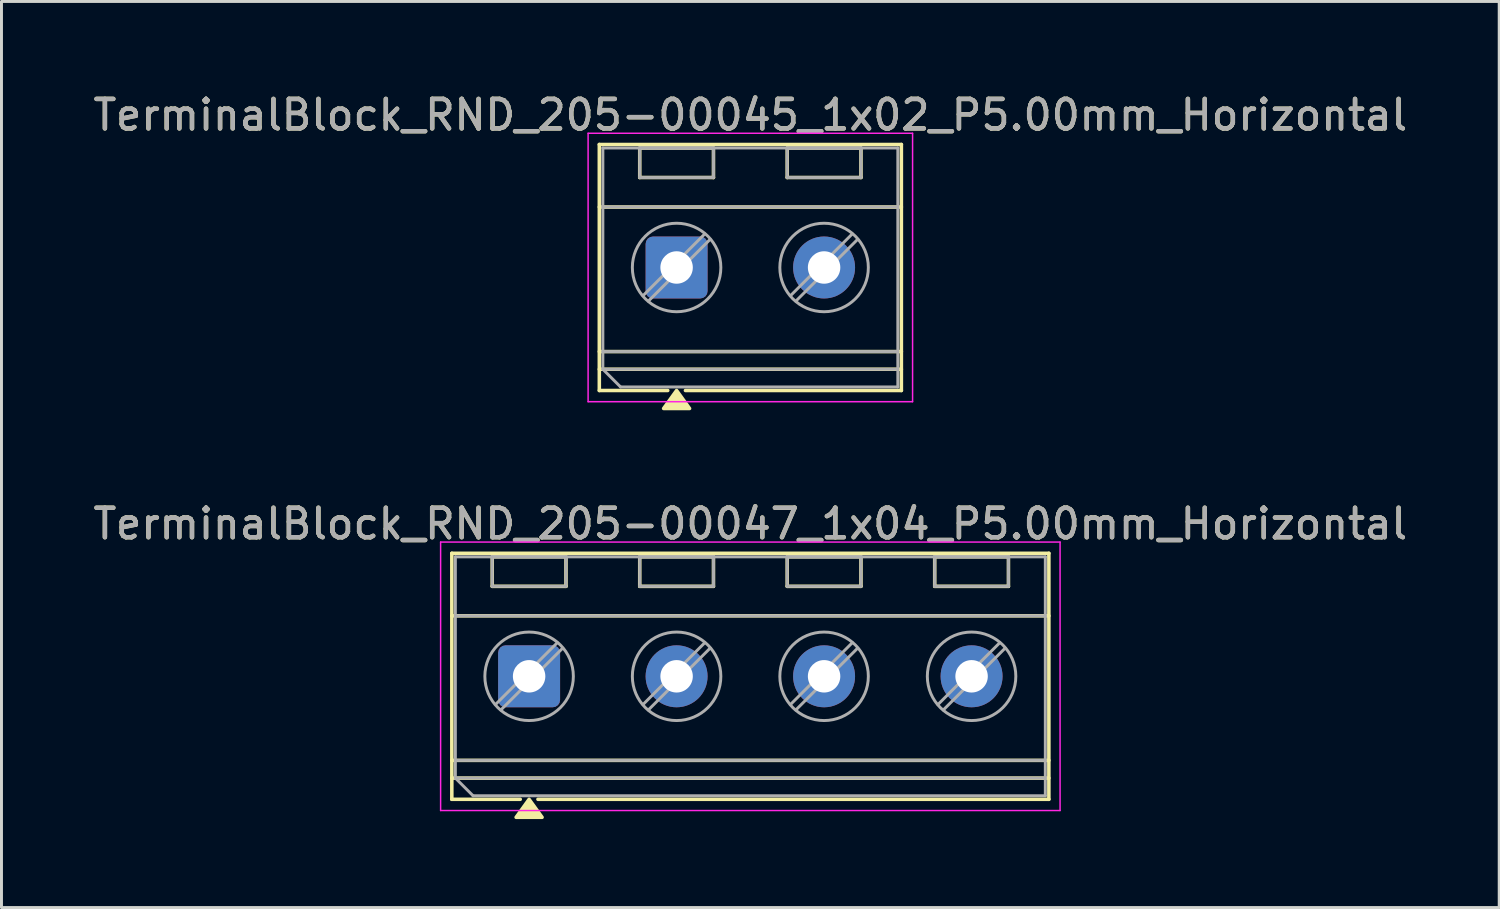
<source format=kicad_pcb>
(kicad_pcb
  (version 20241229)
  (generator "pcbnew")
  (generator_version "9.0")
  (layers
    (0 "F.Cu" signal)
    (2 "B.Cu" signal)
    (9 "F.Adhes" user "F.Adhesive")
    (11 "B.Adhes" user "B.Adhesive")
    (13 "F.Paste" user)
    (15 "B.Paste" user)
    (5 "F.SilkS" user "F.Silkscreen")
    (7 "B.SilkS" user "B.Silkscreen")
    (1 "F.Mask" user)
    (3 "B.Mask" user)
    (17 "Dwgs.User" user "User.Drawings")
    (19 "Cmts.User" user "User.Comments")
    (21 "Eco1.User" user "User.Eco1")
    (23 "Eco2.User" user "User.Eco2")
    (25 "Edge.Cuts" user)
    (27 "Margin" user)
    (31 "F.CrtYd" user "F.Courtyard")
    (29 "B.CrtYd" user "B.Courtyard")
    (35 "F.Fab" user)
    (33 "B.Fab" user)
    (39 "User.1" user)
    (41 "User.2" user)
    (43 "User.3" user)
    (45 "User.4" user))
  (footprint "TerminalBlock_RND_205-00047_1x04_P5.00mm_Horizontal"
    (layer "F.Cu")
    (at 14.887 19.877)
    (property "Reference" "TerminalBlock_RND_205-00047_1x04_P5.00mm_Horizontal" (at 7.5 -5.17 0) (layer "F.SilkS") (effects (font (size 1 1) (thickness 0.15))))
    (attr through_hole)
    (fp_line (start -2.62 -4.17) (end 17.62 -4.17) (stroke (width 0.12) (type solid)) (layer "F.SilkS"))
    (fp_line (start -2.62 -2.05) (end 17.62 -2.05) (stroke (width 0.12) (type solid)) (layer "F.SilkS"))
    (fp_line (start -2.62 2.85) (end 17.62 2.85) (stroke (width 0.12) (type solid)) (layer "F.SilkS"))
    (fp_line (start -2.62 3.45) (end 17.62 3.45) (stroke (width 0.12) (type solid)) (layer "F.SilkS"))
    (fp_line (start -2.62 4.17) (end -2.62 -4.17) (stroke (width 0.12) (type solid)) (layer "F.SilkS"))
    (fp_line (start -1.25 -4.05) (end 1.25 -4.05) (stroke (width 0.12) (type solid)) (layer "F.SilkS"))
    (fp_line (start -1.25 -3.05) (end -1.25 -4.05) (stroke (width 0.12) (type solid)) (layer "F.SilkS"))
    (fp_line (start -0.3 4.17) (end -2.62 4.17) (stroke (width 0.12) (type solid)) (layer "F.SilkS"))
    (fp_line (start 1.25 -4.05) (end 1.25 -3.05) (stroke (width 0.12) (type solid)) (layer "F.SilkS"))
    (fp_line (start 1.25 -3.05) (end -1.25 -3.05) (stroke (width 0.12) (type solid)) (layer "F.SilkS"))
    (fp_line (start 3.75 -4.05) (end 6.25 -4.05) (stroke (width 0.12) (type solid)) (layer "F.SilkS"))
    (fp_line (start 3.75 -3.05) (end 3.75 -4.05) (stroke (width 0.12) (type solid)) (layer "F.SilkS"))
    (fp_line (start 6.25 -4.05) (end 6.25 -3.05) (stroke (width 0.12) (type solid)) (layer "F.SilkS"))
    (fp_line (start 6.25 -3.05) (end 3.75 -3.05) (stroke (width 0.12) (type solid)) (layer "F.SilkS"))
    (fp_line (start 8.75 -4.05) (end 11.25 -4.05) (stroke (width 0.12) (type solid)) (layer "F.SilkS"))
    (fp_line (start 8.75 -3.05) (end 8.75 -4.05) (stroke (width 0.12) (type solid)) (layer "F.SilkS"))
    (fp_line (start 11.25 -4.05) (end 11.25 -3.05) (stroke (width 0.12) (type solid)) (layer "F.SilkS"))
    (fp_line (start 11.25 -3.05) (end 8.75 -3.05) (stroke (width 0.12) (type solid)) (layer "F.SilkS"))
    (fp_line (start 13.75 -4.05) (end 16.25 -4.05) (stroke (width 0.12) (type solid)) (layer "F.SilkS"))
    (fp_line (start 13.75 -3.05) (end 13.75 -4.05) (stroke (width 0.12) (type solid)) (layer "F.SilkS"))
    (fp_line (start 16.25 -4.05) (end 16.25 -3.05) (stroke (width 0.12) (type solid)) (layer "F.SilkS"))
    (fp_line (start 16.25 -3.05) (end 13.75 -3.05) (stroke (width 0.12) (type solid)) (layer "F.SilkS"))
    (fp_line (start 17.62 -4.17) (end 17.62 4.17) (stroke (width 0.12) (type solid)) (layer "F.SilkS"))
    (fp_line (start 17.62 4.17) (end 0.3 4.17) (stroke (width 0.12) (type solid)) (layer "F.SilkS"))
    (fp_poly (pts (xy 0 4.17) (xy 0.44 4.78) (xy -0.44 4.78)) (stroke (width 0.12) (type solid)) (fill yes) (layer "F.SilkS"))
    (fp_line (start -3 -4.55) (end -3 4.55) (stroke (width 0.05) (type solid)) (layer "F.CrtYd"))
    (fp_line (start -3 4.55) (end 18 4.55) (stroke (width 0.05) (type solid)) (layer "F.CrtYd"))
    (fp_line (start 18 -4.55) (end -3 -4.55) (stroke (width 0.05) (type solid)) (layer "F.CrtYd"))
    (fp_line (start 18 4.55) (end 18 -4.55) (stroke (width 0.05) (type solid)) (layer "F.CrtYd"))
    (fp_line (start -2.5 -4.05) (end 17.5 -4.05) (stroke (width 0.1) (type solid)) (layer "F.Fab"))
    (fp_line (start -2.5 -2.05) (end 17.5 -2.05) (stroke (width 0.1) (type solid)) (layer "F.Fab"))
    (fp_line (start -2.5 2.85) (end 17.5 2.85) (stroke (width 0.1) (type solid)) (layer "F.Fab"))
    (fp_line (start -2.5 3.45) (end -2.5 -4.05) (stroke (width 0.1) (type solid)) (layer "F.Fab"))
    (fp_line (start -2.5 3.45) (end 17.5 3.45) (stroke (width 0.1) (type solid)) (layer "F.Fab"))
    (fp_line (start -1.9 4.05) (end -2.5 3.45) (stroke (width 0.1) (type solid)) (layer "F.Fab"))
    (fp_line (start -1.25 -4.05) (end -1.25 -3.05) (stroke (width 0.1) (type solid)) (layer "F.Fab"))
    (fp_line (start -1.25 -3.05) (end 1.25 -3.05) (stroke (width 0.1) (type solid)) (layer "F.Fab"))
    (fp_line (start 0.955 -1.138) (end -1.138 0.955) (stroke (width 0.1) (type solid)) (layer "F.Fab"))
    (fp_line (start 1.138 -0.955) (end -0.955 1.138) (stroke (width 0.1) (type solid)) (layer "F.Fab"))
    (fp_line (start 1.25 -4.05) (end -1.25 -4.05) (stroke (width 0.1) (type solid)) (layer "F.Fab"))
    (fp_line (start 1.25 -3.05) (end 1.25 -4.05) (stroke (width 0.1) (type solid)) (layer "F.Fab"))
    (fp_line (start 3.75 -4.05) (end 3.75 -3.05) (stroke (width 0.1) (type solid)) (layer "F.Fab"))
    (fp_line (start 3.75 -3.05) (end 6.25 -3.05) (stroke (width 0.1) (type solid)) (layer "F.Fab"))
    (fp_line (start 5.955 -1.138) (end 3.862 0.955) (stroke (width 0.1) (type solid)) (layer "F.Fab"))
    (fp_line (start 6.138 -0.955) (end 4.045 1.138) (stroke (width 0.1) (type solid)) (layer "F.Fab"))
    (fp_line (start 6.25 -4.05) (end 3.75 -4.05) (stroke (width 0.1) (type solid)) (layer "F.Fab"))
    (fp_line (start 6.25 -3.05) (end 6.25 -4.05) (stroke (width 0.1) (type solid)) (layer "F.Fab"))
    (fp_line (start 8.75 -4.05) (end 8.75 -3.05) (stroke (width 0.1) (type solid)) (layer "F.Fab"))
    (fp_line (start 8.75 -3.05) (end 11.25 -3.05) (stroke (width 0.1) (type solid)) (layer "F.Fab"))
    (fp_line (start 10.955 -1.138) (end 8.862 0.955) (stroke (width 0.1) (type solid)) (layer "F.Fab"))
    (fp_line (start 11.138 -0.955) (end 9.045 1.138) (stroke (width 0.1) (type solid)) (layer "F.Fab"))
    (fp_line (start 11.25 -4.05) (end 8.75 -4.05) (stroke (width 0.1) (type solid)) (layer "F.Fab"))
    (fp_line (start 11.25 -3.05) (end 11.25 -4.05) (stroke (width 0.1) (type solid)) (layer "F.Fab"))
    (fp_line (start 13.75 -4.05) (end 13.75 -3.05) (stroke (width 0.1) (type solid)) (layer "F.Fab"))
    (fp_line (start 13.75 -3.05) (end 16.25 -3.05) (stroke (width 0.1) (type solid)) (layer "F.Fab"))
    (fp_line (start 15.955 -1.138) (end 13.862 0.955) (stroke (width 0.1) (type solid)) (layer "F.Fab"))
    (fp_line (start 16.138 -0.955) (end 14.045 1.138) (stroke (width 0.1) (type solid)) (layer "F.Fab"))
    (fp_line (start 16.25 -4.05) (end 13.75 -4.05) (stroke (width 0.1) (type solid)) (layer "F.Fab"))
    (fp_line (start 16.25 -3.05) (end 16.25 -4.05) (stroke (width 0.1) (type solid)) (layer "F.Fab"))
    (fp_line (start 17.5 -4.05) (end 17.5 4.05) (stroke (width 0.1) (type solid)) (layer "F.Fab"))
    (fp_line (start 17.5 4.05) (end -1.9 4.05) (stroke (width 0.1) (type solid)) (layer "F.Fab"))
    (fp_circle (center 0 0) (end 1.5 0) (stroke (width 0.1) (type solid)) (fill no) (layer "F.Fab"))
    (fp_circle (center 5 0) (end 6.5 0) (stroke (width 0.1) (type solid)) (fill no) (layer "F.Fab"))
    (fp_circle (center 10 0) (end 11.5 0) (stroke (width 0.1) (type solid)) (fill no) (layer "F.Fab"))
    (fp_circle (center 15 0) (end 16.5 0) (stroke (width 0.1) (type solid)) (fill no) (layer "F.Fab"))
    (fp_text user "${REFERENCE}" (at 7.5 -5.17 0) (layer "F.Fab") (effects (font (size 1 1) (thickness 0.15))))
    (pad "1" thru_hole roundrect (at 0 0) (size 2.1 2.1) (drill 1.1) (layers "*.Cu" "*.Mask") (roundrect_rratio 0.119))
    (pad "2" thru_hole circle (at 5 0) (size 2.1 2.1) (drill 1.1) (layers "*.Cu" "*.Mask"))
    (pad "3" thru_hole circle (at 10 0) (size 2.1 2.1) (drill 1.1) (layers "*.Cu" "*.Mask"))
    (pad "4" thru_hole circle (at 15 0) (size 2.1 2.1) (drill 1.1) (layers "*.Cu" "*.Mask")))
  (footprint "TerminalBlock_RND_205-00045_1x02_P5.00mm_Horizontal"
    (layer "F.Cu")
    (at 19.887 6.018)
    (property "Reference" "TerminalBlock_RND_205-00045_1x02_P5.00mm_Horizontal" (at 2.5 -5.17 0) (layer "F.SilkS") (effects (font (size 1 1) (thickness 0.15))))
    (attr through_hole)
    (fp_line (start -2.62 -4.17) (end 7.62 -4.17) (stroke (width 0.12) (type solid)) (layer "F.SilkS"))
    (fp_line (start -2.62 -2.05) (end 7.62 -2.05) (stroke (width 0.12) (type solid)) (layer "F.SilkS"))
    (fp_line (start -2.62 2.85) (end 7.62 2.85) (stroke (width 0.12) (type solid)) (layer "F.SilkS"))
    (fp_line (start -2.62 3.45) (end 7.62 3.45) (stroke (width 0.12) (type solid)) (layer "F.SilkS"))
    (fp_line (start -2.62 4.17) (end -2.62 -4.17) (stroke (width 0.12) (type solid)) (layer "F.SilkS"))
    (fp_line (start -1.25 -4.05) (end 1.25 -4.05) (stroke (width 0.12) (type solid)) (layer "F.SilkS"))
    (fp_line (start -1.25 -3.05) (end -1.25 -4.05) (stroke (width 0.12) (type solid)) (layer "F.SilkS"))
    (fp_line (start -0.3 4.17) (end -2.62 4.17) (stroke (width 0.12) (type solid)) (layer "F.SilkS"))
    (fp_line (start 1.25 -4.05) (end 1.25 -3.05) (stroke (width 0.12) (type solid)) (layer "F.SilkS"))
    (fp_line (start 1.25 -3.05) (end -1.25 -3.05) (stroke (width 0.12) (type solid)) (layer "F.SilkS"))
    (fp_line (start 3.75 -4.05) (end 6.25 -4.05) (stroke (width 0.12) (type solid)) (layer "F.SilkS"))
    (fp_line (start 3.75 -3.05) (end 3.75 -4.05) (stroke (width 0.12) (type solid)) (layer "F.SilkS"))
    (fp_line (start 6.25 -4.05) (end 6.25 -3.05) (stroke (width 0.12) (type solid)) (layer "F.SilkS"))
    (fp_line (start 6.25 -3.05) (end 3.75 -3.05) (stroke (width 0.12) (type solid)) (layer "F.SilkS"))
    (fp_line (start 7.62 -4.17) (end 7.62 4.17) (stroke (width 0.12) (type solid)) (layer "F.SilkS"))
    (fp_line (start 7.62 4.17) (end 0.3 4.17) (stroke (width 0.12) (type solid)) (layer "F.SilkS"))
    (fp_poly (pts (xy 0 4.17) (xy 0.44 4.78) (xy -0.44 4.78)) (stroke (width 0.12) (type solid)) (fill yes) (layer "F.SilkS"))
    (fp_line (start -3 -4.55) (end -3 4.55) (stroke (width 0.05) (type solid)) (layer "F.CrtYd"))
    (fp_line (start -3 4.55) (end 8 4.55) (stroke (width 0.05) (type solid)) (layer "F.CrtYd"))
    (fp_line (start 8 -4.55) (end -3 -4.55) (stroke (width 0.05) (type solid)) (layer "F.CrtYd"))
    (fp_line (start 8 4.55) (end 8 -4.55) (stroke (width 0.05) (type solid)) (layer "F.CrtYd"))
    (fp_line (start -2.5 -4.05) (end 7.5 -4.05) (stroke (width 0.1) (type solid)) (layer "F.Fab"))
    (fp_line (start -2.5 -2.05) (end 7.5 -2.05) (stroke (width 0.1) (type solid)) (layer "F.Fab"))
    (fp_line (start -2.5 2.85) (end 7.5 2.85) (stroke (width 0.1) (type solid)) (layer "F.Fab"))
    (fp_line (start -2.5 3.45) (end -2.5 -4.05) (stroke (width 0.1) (type solid)) (layer "F.Fab"))
    (fp_line (start -2.5 3.45) (end 7.5 3.45) (stroke (width 0.1) (type solid)) (layer "F.Fab"))
    (fp_line (start -1.9 4.05) (end -2.5 3.45) (stroke (width 0.1) (type solid)) (layer "F.Fab"))
    (fp_line (start -1.25 -4.05) (end -1.25 -3.05) (stroke (width 0.1) (type solid)) (layer "F.Fab"))
    (fp_line (start -1.25 -3.05) (end 1.25 -3.05) (stroke (width 0.1) (type solid)) (layer "F.Fab"))
    (fp_line (start 0.955 -1.138) (end -1.138 0.955) (stroke (width 0.1) (type solid)) (layer "F.Fab"))
    (fp_line (start 1.138 -0.955) (end -0.955 1.138) (stroke (width 0.1) (type solid)) (layer "F.Fab"))
    (fp_line (start 1.25 -4.05) (end -1.25 -4.05) (stroke (width 0.1) (type solid)) (layer "F.Fab"))
    (fp_line (start 1.25 -3.05) (end 1.25 -4.05) (stroke (width 0.1) (type solid)) (layer "F.Fab"))
    (fp_line (start 3.75 -4.05) (end 3.75 -3.05) (stroke (width 0.1) (type solid)) (layer "F.Fab"))
    (fp_line (start 3.75 -3.05) (end 6.25 -3.05) (stroke (width 0.1) (type solid)) (layer "F.Fab"))
    (fp_line (start 5.955 -1.138) (end 3.862 0.955) (stroke (width 0.1) (type solid)) (layer "F.Fab"))
    (fp_line (start 6.138 -0.955) (end 4.045 1.138) (stroke (width 0.1) (type solid)) (layer "F.Fab"))
    (fp_line (start 6.25 -4.05) (end 3.75 -4.05) (stroke (width 0.1) (type solid)) (layer "F.Fab"))
    (fp_line (start 6.25 -3.05) (end 6.25 -4.05) (stroke (width 0.1) (type solid)) (layer "F.Fab"))
    (fp_line (start 7.5 -4.05) (end 7.5 4.05) (stroke (width 0.1) (type solid)) (layer "F.Fab"))
    (fp_line (start 7.5 4.05) (end -1.9 4.05) (stroke (width 0.1) (type solid)) (layer "F.Fab"))
    (fp_circle (center 0 0) (end 1.5 0) (stroke (width 0.1) (type solid)) (fill no) (layer "F.Fab"))
    (fp_circle (center 5 0) (end 6.5 0) (stroke (width 0.1) (type solid)) (fill no) (layer "F.Fab"))
    (fp_text user "${REFERENCE}" (at 2.5 -5.17 0) (layer "F.Fab") (effects (font (size 1 1) (thickness 0.15))))
    (pad "1" thru_hole roundrect (at 0 0) (size 2.1 2.1) (drill 1.1) (layers "*.Cu" "*.Mask") (roundrect_rratio 0.119))
    (pad "2" thru_hole circle (at 5 0) (size 2.1 2.1) (drill 1.1) (layers "*.Cu" "*.Mask")))
  (gr_rect
    (start -3 -3)
    (end 47.774 27.716)
    (stroke (width 0.1) (type default))
    (fill no)
    (layer "Edge.Cuts")))
</source>
